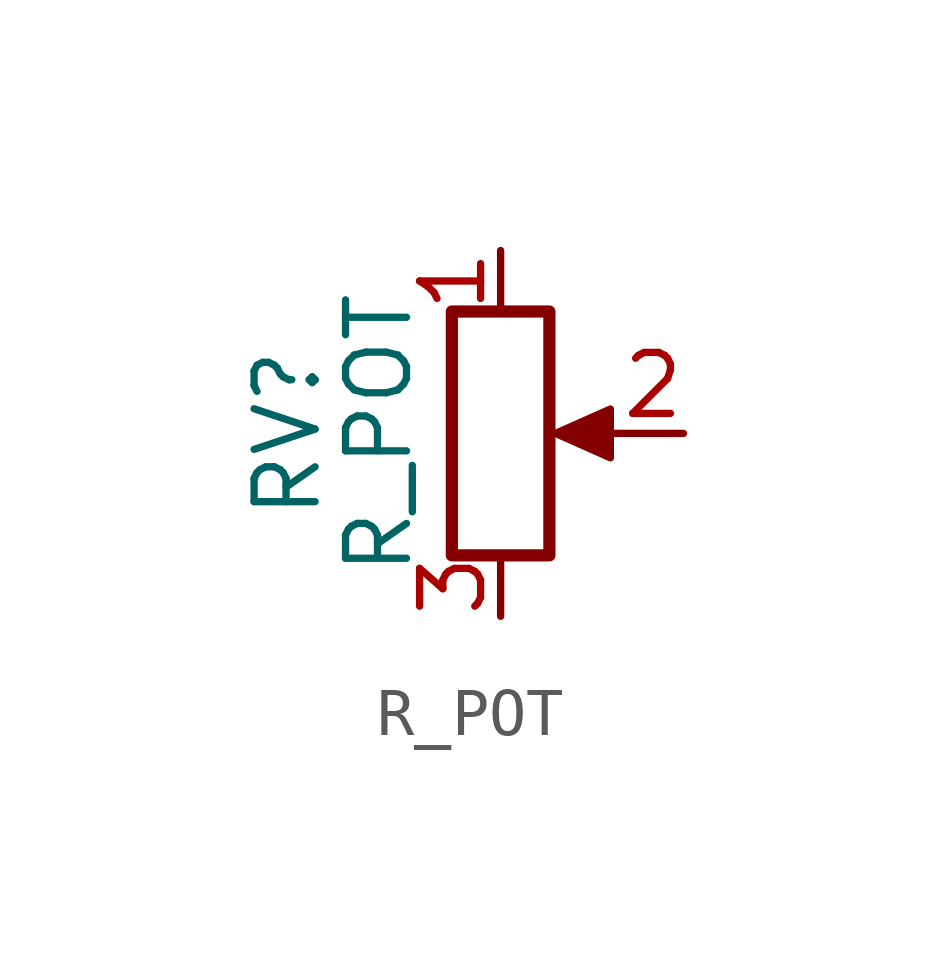
<source format=kicad_sym>
(kicad_symbol_lib
  (version 20241209)
  (generator "kicad_symbol_editor")
  (generator_version "9.0")
  (symbol "R_POT"
    (pin_names
      (offset 1.016)
      (hide yes))
    (property "Reference" "RV"
      (at -4.445 0 90)
      (effects (font (size 1.27 1.27))))
    (property "Value" "R_POT"
      (at -2.54 0 90)
      (effects (font (size 1.27 1.27))))
    (symbol "R_POT_0_1"
      (rectangle (start 1.016 2.54) (end -1.016 -2.54) (stroke (width 0.254) (type solid)) (fill (type none)))
      (polyline (pts (xy 1.143 0) (xy 2.286 0.508) (xy 2.286 -0.508) (xy 1.143 0)) (stroke (width 0) (type solid)) (fill (type outline)))
      (polyline (pts (xy 2.54 0) (xy 1.524 0)) (stroke (width 0) (type solid)) (fill (type none))))
    (symbol "R_POT_1_1"
      (pin passive line (at 0 3.81 270) (length 1.27) (name "1" (effects (font (size 1.27 1.27)))) (number "1" (effects (font (size 1.27 1.27)))))
      (pin passive line (at 0 -3.81 90) (length 1.27) (name "3" (effects (font (size 1.27 1.27)))) (number "3" (effects (font (size 1.27 1.27)))))
      (pin passive line (at 3.81 0 180) (length 1.27) (name "2" (effects (font (size 1.27 1.27)))) (number "2" (effects (font (size 1.27 1.27))))))))
</source>
